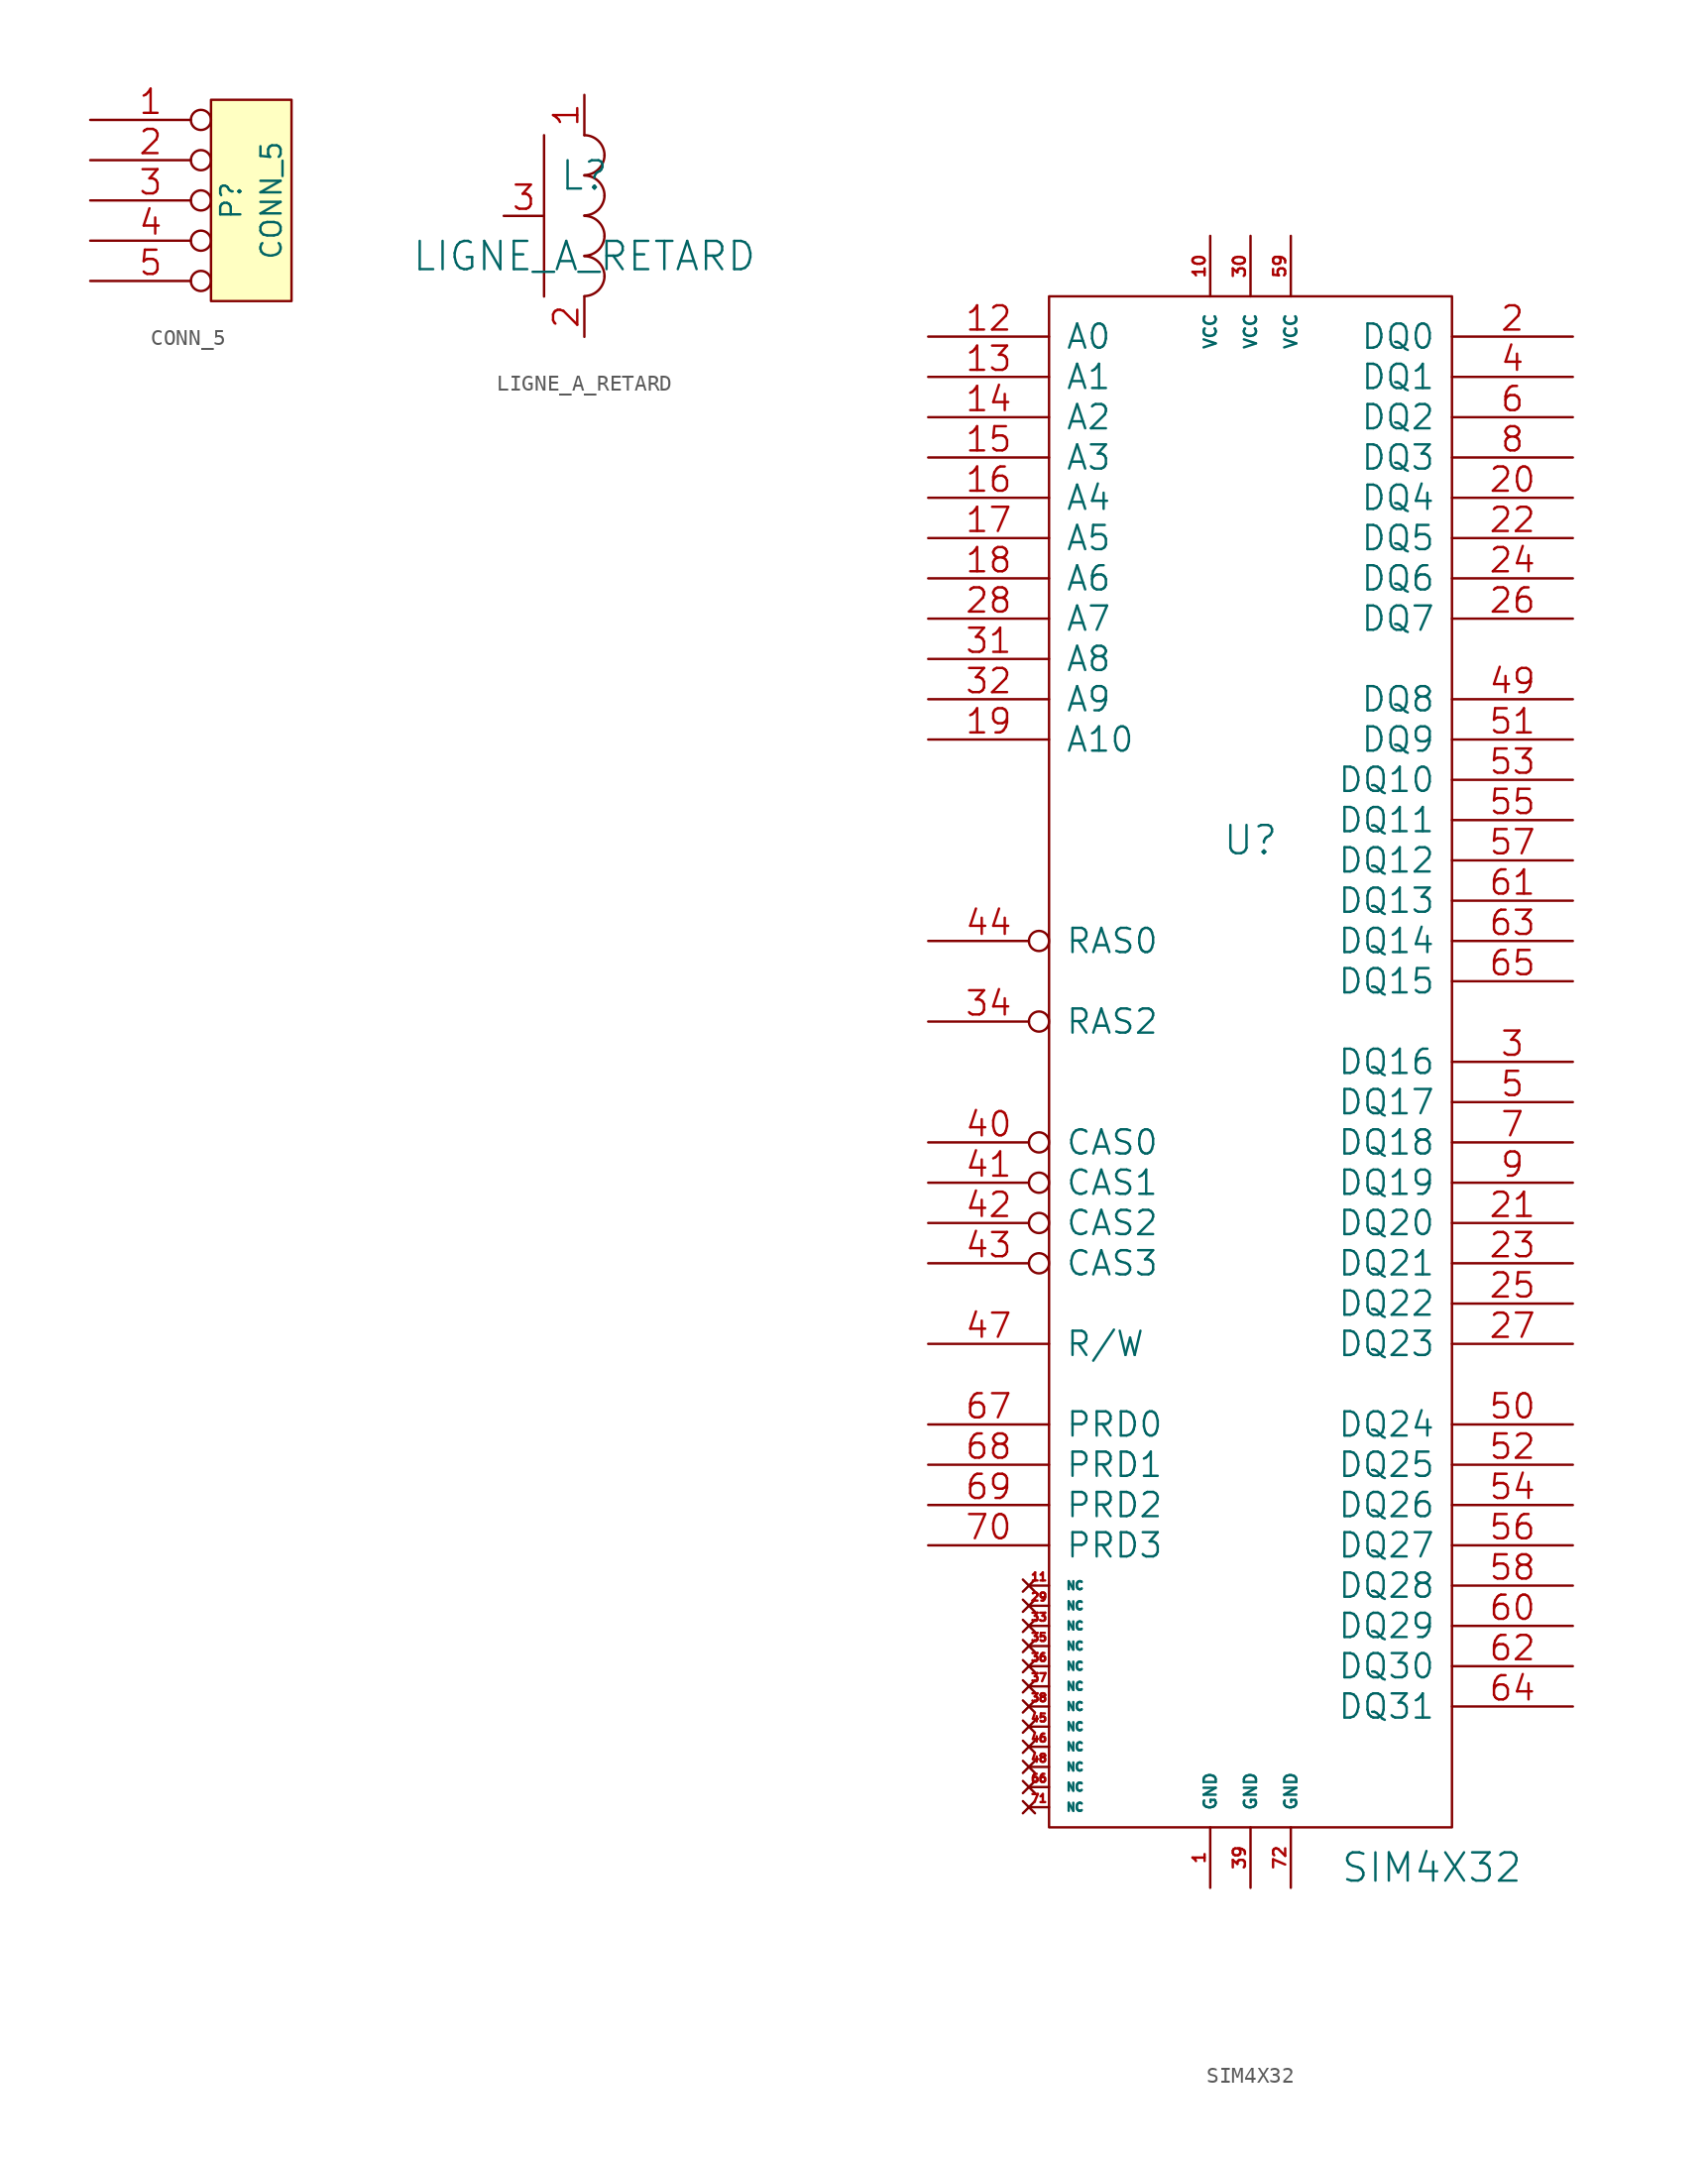
<source format=kicad_sym>
(kicad_symbol_lib
  (version 20231120)
  (generator "kicad_symbol_editor")
  (generator_version "8.0")
  (symbol "CONN_5"
    (pin_names
      (offset 1.016))
    (property "Reference" "P"
      (at -1.27 0 90)
      (effects (font (size 1.27 1.27))))
    (property "Value" "CONN_5"
      (at 1.27 0 90)
      (effects (font (size 1.27 1.27))))
    (property "Footprint" ""
      (at 0 0 0)
      (effects (font (size 1.524 1.524))))
    (property "Datasheet" ""
      (at 0 0 0)
      (effects (font (size 1.524 1.524))))
    (symbol "CONN_5_0_1"
      (rectangle (start -2.54 6.35) (end 2.54 -6.35) (stroke (width 0) (type default)) (fill (type background))))
    (symbol "CONN_5_1_1"
      (pin passive inverted (at -10.16 5.08 0) (length 7.62) (name "~" (effects (font (size 1.524 1.524)))) (number "1" (effects (font (size 1.524 1.524)))))
      (pin passive inverted (at -10.16 2.54 0) (length 7.62) (name "~" (effects (font (size 1.524 1.524)))) (number "2" (effects (font (size 1.524 1.524)))))
      (pin passive inverted (at -10.16 0 0) (length 7.62) (name "~" (effects (font (size 1.524 1.524)))) (number "3" (effects (font (size 1.524 1.524)))))
      (pin passive inverted (at -10.16 -2.54 0) (length 7.62) (name "~" (effects (font (size 1.524 1.524)))) (number "4" (effects (font (size 1.524 1.524)))))
      (pin passive inverted (at -10.16 -5.08 0) (length 7.62) (name "~" (effects (font (size 1.524 1.524)))) (number "5" (effects (font (size 1.524 1.524)))))))
  (symbol "LIGNE_A_RETARD"
    (pin_names
      (offset 1.016) hide)
    (property "Reference" "L"
      (at 0 2.54 0)
      (effects (font (size 1.778 1.778))))
    (property "Value" "LIGNE_A_RETARD"
      (at 0 -2.54 0)
      (effects (font (size 1.778 1.778))))
    (property "Footprint" ""
      (at 0 0 0)
      (effects (font (size 1.524 1.524))))
    (property "Datasheet" ""
      (at 0 0 0)
      (effects (font (size 1.524 1.524))))
    (symbol "LIGNE_A_RETARD_0_1"
      (arc (start 0 -5.0546) (mid 0.8839 -4.6863) (end 1.27 -3.81) (stroke (width 0) (type default)) (fill (type none)))
      (arc (start 0 -2.5146) (mid 0.8839 -2.1463) (end 1.27 -1.27) (stroke (width 0) (type default)) (fill (type none)))
      (polyline (pts (xy -2.54 5.08) (xy -2.54 -5.08)) (stroke (width 0) (type default)) (fill (type none)))
      (arc (start 0 0.0254) (mid 0.8839 0.3937) (end 1.27 1.27) (stroke (width 0) (type default)) (fill (type none)))
      (arc (start 0 2.5654) (mid 0.8839 2.9337) (end 1.27 3.81) (stroke (width 0) (type default)) (fill (type none)))
      (arc (start 1.27 -3.81) (mid 0.898 -2.912) (end 0 -2.54) (stroke (width 0) (type default)) (fill (type none)))
      (arc (start 1.27 -1.27) (mid 0.898 -0.372) (end 0 0) (stroke (width 0) (type default)) (fill (type none)))
      (arc (start 1.27 1.27) (mid 0.898 2.168) (end 0 2.54) (stroke (width 0) (type default)) (fill (type none)))
      (arc (start 1.27 3.81) (mid 0.898 4.708) (end 0 5.08) (stroke (width 0) (type default)) (fill (type none))))
    (symbol "LIGNE_A_RETARD_1_1"
      (pin passive line (at 0 7.62 270) (length 2.54) (name "1" (effects (font (size 1.524 1.524)))) (number "1" (effects (font (size 1.524 1.524)))))
      (pin passive line (at 0 -7.62 90) (length 2.54) (name "2" (effects (font (size 1.524 1.524)))) (number "2" (effects (font (size 1.524 1.524)))))
      (pin input line (at -5.08 0 0) (length 2.54) (name "COMMUN" (effects (font (size 1.524 1.524)))) (number "3" (effects (font (size 1.524 1.524)))))))
  (symbol "SIM4X32"
    (pin_names
      (offset 1.016))
    (property "Reference" "U"
      (at 0 13.97 0)
      (effects (font (size 1.778 1.778))))
    (property "Value" "SIM4X32"
      (at 11.43 -50.8 0)
      (effects (font (size 1.778 1.778))))
    (property "Footprint" ""
      (at 0 0 0)
      (effects (font (size 1.524 1.524))))
    (property "Datasheet" ""
      (at 0 0 0)
      (effects (font (size 1.524 1.524))))
    (symbol "SIM4X32_0_1"
      (rectangle (start -12.7 -48.26) (end 12.7 48.26) (stroke (width 0) (type default)) (fill (type none))))
    (symbol "SIM4X32_1_1"
      (pin power_in line (at -2.54 -52.07 90) (length 3.81) (name "GND" (effects (font (size 0.762 0.762)))) (number "1" (effects (font (size 0.762 0.762)))))
      (pin power_in line (at -2.54 52.07 270) (length 3.81) (name "VCC" (effects (font (size 0.762 0.762)))) (number "10" (effects (font (size 0.762 0.762)))))
      (pin no_connect line (at -13.97 -33.02 0) (length 1.27) (name "NC" (effects (font (size 0.508 0.508)))) (number "11" (effects (font (size 0.508 0.508)))))
      (pin input line (at -20.32 45.72 0) (length 7.62) (name "A0" (effects (font (size 1.524 1.524)))) (number "12" (effects (font (size 1.524 1.524)))))
      (pin input line (at -20.32 43.18 0) (length 7.62) (name "A1" (effects (font (size 1.524 1.524)))) (number "13" (effects (font (size 1.524 1.524)))))
      (pin input line (at -20.32 40.64 0) (length 7.62) (name "A2" (effects (font (size 1.524 1.524)))) (number "14" (effects (font (size 1.524 1.524)))))
      (pin input line (at -20.32 38.1 0) (length 7.62) (name "A3" (effects (font (size 1.524 1.524)))) (number "15" (effects (font (size 1.524 1.524)))))
      (pin input line (at -20.32 35.56 0) (length 7.62) (name "A4" (effects (font (size 1.524 1.524)))) (number "16" (effects (font (size 1.524 1.524)))))
      (pin input line (at -20.32 33.02 0) (length 7.62) (name "A5" (effects (font (size 1.524 1.524)))) (number "17" (effects (font (size 1.524 1.524)))))
      (pin input line (at -20.32 30.48 0) (length 7.62) (name "A6" (effects (font (size 1.524 1.524)))) (number "18" (effects (font (size 1.524 1.524)))))
      (pin input line (at -20.32 20.32 0) (length 7.62) (name "A10" (effects (font (size 1.524 1.524)))) (number "19" (effects (font (size 1.524 1.524)))))
      (pin tri_state line (at 20.32 45.72 180) (length 7.62) (name "DQ0" (effects (font (size 1.524 1.524)))) (number "2" (effects (font (size 1.524 1.524)))))
      (pin tri_state line (at 20.32 35.56 180) (length 7.62) (name "DQ4" (effects (font (size 1.524 1.524)))) (number "20" (effects (font (size 1.524 1.524)))))
      (pin tri_state line (at 20.32 -10.16 180) (length 7.62) (name "DQ20" (effects (font (size 1.524 1.524)))) (number "21" (effects (font (size 1.524 1.524)))))
      (pin tri_state line (at 20.32 33.02 180) (length 7.62) (name "DQ5" (effects (font (size 1.524 1.524)))) (number "22" (effects (font (size 1.524 1.524)))))
      (pin tri_state line (at 20.32 -12.7 180) (length 7.62) (name "DQ21" (effects (font (size 1.524 1.524)))) (number "23" (effects (font (size 1.524 1.524)))))
      (pin tri_state line (at 20.32 30.48 180) (length 7.62) (name "DQ6" (effects (font (size 1.524 1.524)))) (number "24" (effects (font (size 1.524 1.524)))))
      (pin tri_state line (at 20.32 -15.24 180) (length 7.62) (name "DQ22" (effects (font (size 1.524 1.524)))) (number "25" (effects (font (size 1.524 1.524)))))
      (pin tri_state line (at 20.32 27.94 180) (length 7.62) (name "DQ7" (effects (font (size 1.524 1.524)))) (number "26" (effects (font (size 1.524 1.524)))))
      (pin tri_state line (at 20.32 -17.78 180) (length 7.62) (name "DQ23" (effects (font (size 1.524 1.524)))) (number "27" (effects (font (size 1.524 1.524)))))
      (pin input line (at -20.32 27.94 0) (length 7.62) (name "A7" (effects (font (size 1.524 1.524)))) (number "28" (effects (font (size 1.524 1.524)))))
      (pin no_connect line (at -13.97 -34.29 0) (length 1.27) (name "NC" (effects (font (size 0.508 0.508)))) (number "29" (effects (font (size 0.508 0.508)))))
      (pin tri_state line (at 20.32 0 180) (length 7.62) (name "DQ16" (effects (font (size 1.524 1.524)))) (number "3" (effects (font (size 1.524 1.524)))))
      (pin power_in line (at 0 52.07 270) (length 3.81) (name "VCC" (effects (font (size 0.762 0.762)))) (number "30" (effects (font (size 0.762 0.762)))))
      (pin input line (at -20.32 25.4 0) (length 7.62) (name "A8" (effects (font (size 1.524 1.524)))) (number "31" (effects (font (size 1.524 1.524)))))
      (pin input line (at -20.32 22.86 0) (length 7.62) (name "A9" (effects (font (size 1.524 1.524)))) (number "32" (effects (font (size 1.524 1.524)))))
      (pin no_connect line (at -13.97 -35.56 0) (length 1.27) (name "NC" (effects (font (size 0.508 0.508)))) (number "33" (effects (font (size 0.508 0.508)))))
      (pin input inverted (at -20.32 2.54 0) (length 7.62) (name "RAS2" (effects (font (size 1.524 1.524)))) (number "34" (effects (font (size 1.524 1.524)))))
      (pin no_connect line (at -13.97 -36.83 0) (length 1.27) (name "NC" (effects (font (size 0.508 0.508)))) (number "35" (effects (font (size 0.508 0.508)))))
      (pin no_connect line (at -13.97 -38.1 0) (length 1.27) (name "NC" (effects (font (size 0.508 0.508)))) (number "36" (effects (font (size 0.508 0.508)))))
      (pin no_connect line (at -13.97 -39.37 0) (length 1.27) (name "NC" (effects (font (size 0.508 0.508)))) (number "37" (effects (font (size 0.508 0.508)))))
      (pin no_connect line (at -13.97 -40.64 0) (length 1.27) (name "NC" (effects (font (size 0.508 0.508)))) (number "38" (effects (font (size 0.508 0.508)))))
      (pin power_in line (at 0 -52.07 90) (length 3.81) (name "GND" (effects (font (size 0.762 0.762)))) (number "39" (effects (font (size 0.762 0.762)))))
      (pin tri_state line (at 20.32 43.18 180) (length 7.62) (name "DQ1" (effects (font (size 1.524 1.524)))) (number "4" (effects (font (size 1.524 1.524)))))
      (pin input inverted (at -20.32 -5.08 0) (length 7.62) (name "CAS0" (effects (font (size 1.524 1.524)))) (number "40" (effects (font (size 1.524 1.524)))))
      (pin input inverted (at -20.32 -7.62 0) (length 7.62) (name "CAS1" (effects (font (size 1.524 1.524)))) (number "41" (effects (font (size 1.524 1.524)))))
      (pin input inverted (at -20.32 -10.16 0) (length 7.62) (name "CAS2" (effects (font (size 1.524 1.524)))) (number "42" (effects (font (size 1.524 1.524)))))
      (pin input inverted (at -20.32 -12.7 0) (length 7.62) (name "CAS3" (effects (font (size 1.524 1.524)))) (number "43" (effects (font (size 1.524 1.524)))))
      (pin input inverted (at -20.32 7.62 0) (length 7.62) (name "RAS0" (effects (font (size 1.524 1.524)))) (number "44" (effects (font (size 1.524 1.524)))))
      (pin no_connect line (at -13.97 -41.91 0) (length 1.27) (name "NC" (effects (font (size 0.508 0.508)))) (number "45" (effects (font (size 0.508 0.508)))))
      (pin no_connect line (at -13.97 -43.18 0) (length 1.27) (name "NC" (effects (font (size 0.508 0.508)))) (number "46" (effects (font (size 0.508 0.508)))))
      (pin input line (at -20.32 -17.78 0) (length 7.62) (name "R/W" (effects (font (size 1.524 1.524)))) (number "47" (effects (font (size 1.524 1.524)))))
      (pin no_connect line (at -13.97 -44.45 0) (length 1.27) (name "NC" (effects (font (size 0.508 0.508)))) (number "48" (effects (font (size 0.508 0.508)))))
      (pin tri_state line (at 20.32 22.86 180) (length 7.62) (name "DQ8" (effects (font (size 1.524 1.524)))) (number "49" (effects (font (size 1.524 1.524)))))
      (pin tri_state line (at 20.32 -2.54 180) (length 7.62) (name "DQ17" (effects (font (size 1.524 1.524)))) (number "5" (effects (font (size 1.524 1.524)))))
      (pin tri_state line (at 20.32 -22.86 180) (length 7.62) (name "DQ24" (effects (font (size 1.524 1.524)))) (number "50" (effects (font (size 1.524 1.524)))))
      (pin tri_state line (at 20.32 20.32 180) (length 7.62) (name "DQ9" (effects (font (size 1.524 1.524)))) (number "51" (effects (font (size 1.524 1.524)))))
      (pin tri_state line (at 20.32 -25.4 180) (length 7.62) (name "DQ25" (effects (font (size 1.524 1.524)))) (number "52" (effects (font (size 1.524 1.524)))))
      (pin tri_state line (at 20.32 17.78 180) (length 7.62) (name "DQ10" (effects (font (size 1.524 1.524)))) (number "53" (effects (font (size 1.524 1.524)))))
      (pin tri_state line (at 20.32 -27.94 180) (length 7.62) (name "DQ26" (effects (font (size 1.524 1.524)))) (number "54" (effects (font (size 1.524 1.524)))))
      (pin tri_state line (at 20.32 15.24 180) (length 7.62) (name "DQ11" (effects (font (size 1.524 1.524)))) (number "55" (effects (font (size 1.524 1.524)))))
      (pin tri_state line (at 20.32 -30.48 180) (length 7.62) (name "DQ27" (effects (font (size 1.524 1.524)))) (number "56" (effects (font (size 1.524 1.524)))))
      (pin tri_state line (at 20.32 12.7 180) (length 7.62) (name "DQ12" (effects (font (size 1.524 1.524)))) (number "57" (effects (font (size 1.524 1.524)))))
      (pin tri_state line (at 20.32 -33.02 180) (length 7.62) (name "DQ28" (effects (font (size 1.524 1.524)))) (number "58" (effects (font (size 1.524 1.524)))))
      (pin power_in line (at 2.54 52.07 270) (length 3.81) (name "VCC" (effects (font (size 0.762 0.762)))) (number "59" (effects (font (size 0.762 0.762)))))
      (pin tri_state line (at 20.32 40.64 180) (length 7.62) (name "DQ2" (effects (font (size 1.524 1.524)))) (number "6" (effects (font (size 1.524 1.524)))))
      (pin tri_state line (at 20.32 -35.56 180) (length 7.62) (name "DQ29" (effects (font (size 1.524 1.524)))) (number "60" (effects (font (size 1.524 1.524)))))
      (pin tri_state line (at 20.32 10.16 180) (length 7.62) (name "DQ13" (effects (font (size 1.524 1.524)))) (number "61" (effects (font (size 1.524 1.524)))))
      (pin tri_state line (at 20.32 -38.1 180) (length 7.62) (name "DQ30" (effects (font (size 1.524 1.524)))) (number "62" (effects (font (size 1.524 1.524)))))
      (pin tri_state line (at 20.32 7.62 180) (length 7.62) (name "DQ14" (effects (font (size 1.524 1.524)))) (number "63" (effects (font (size 1.524 1.524)))))
      (pin tri_state line (at 20.32 -40.64 180) (length 7.62) (name "DQ31" (effects (font (size 1.524 1.524)))) (number "64" (effects (font (size 1.524 1.524)))))
      (pin tri_state line (at 20.32 5.08 180) (length 7.62) (name "DQ15" (effects (font (size 1.524 1.524)))) (number "65" (effects (font (size 1.524 1.524)))))
      (pin no_connect line (at -13.97 -45.72 0) (length 1.27) (name "NC" (effects (font (size 0.508 0.508)))) (number "66" (effects (font (size 0.508 0.508)))))
      (pin input line (at -20.32 -22.86 0) (length 7.62) (name "PRD0" (effects (font (size 1.524 1.524)))) (number "67" (effects (font (size 1.524 1.524)))))
      (pin input line (at -20.32 -25.4 0) (length 7.62) (name "PRD1" (effects (font (size 1.524 1.524)))) (number "68" (effects (font (size 1.524 1.524)))))
      (pin input line (at -20.32 -27.94 0) (length 7.62) (name "PRD2" (effects (font (size 1.524 1.524)))) (number "69" (effects (font (size 1.524 1.524)))))
      (pin tri_state line (at 20.32 -5.08 180) (length 7.62) (name "DQ18" (effects (font (size 1.524 1.524)))) (number "7" (effects (font (size 1.524 1.524)))))
      (pin input line (at -20.32 -30.48 0) (length 7.62) (name "PRD3" (effects (font (size 1.524 1.524)))) (number "70" (effects (font (size 1.524 1.524)))))
      (pin no_connect line (at -13.97 -46.99 0) (length 1.27) (name "NC" (effects (font (size 0.508 0.508)))) (number "71" (effects (font (size 0.508 0.508)))))
      (pin power_in line (at 2.54 -52.07 90) (length 3.81) (name "GND" (effects (font (size 0.762 0.762)))) (number "72" (effects (font (size 0.762 0.762)))))
      (pin tri_state line (at 20.32 38.1 180) (length 7.62) (name "DQ3" (effects (font (size 1.524 1.524)))) (number "8" (effects (font (size 1.524 1.524)))))
      (pin tri_state line (at 20.32 -7.62 180) (length 7.62) (name "DQ19" (effects (font (size 1.524 1.524)))) (number "9" (effects (font (size 1.524 1.524))))))))
</source>
